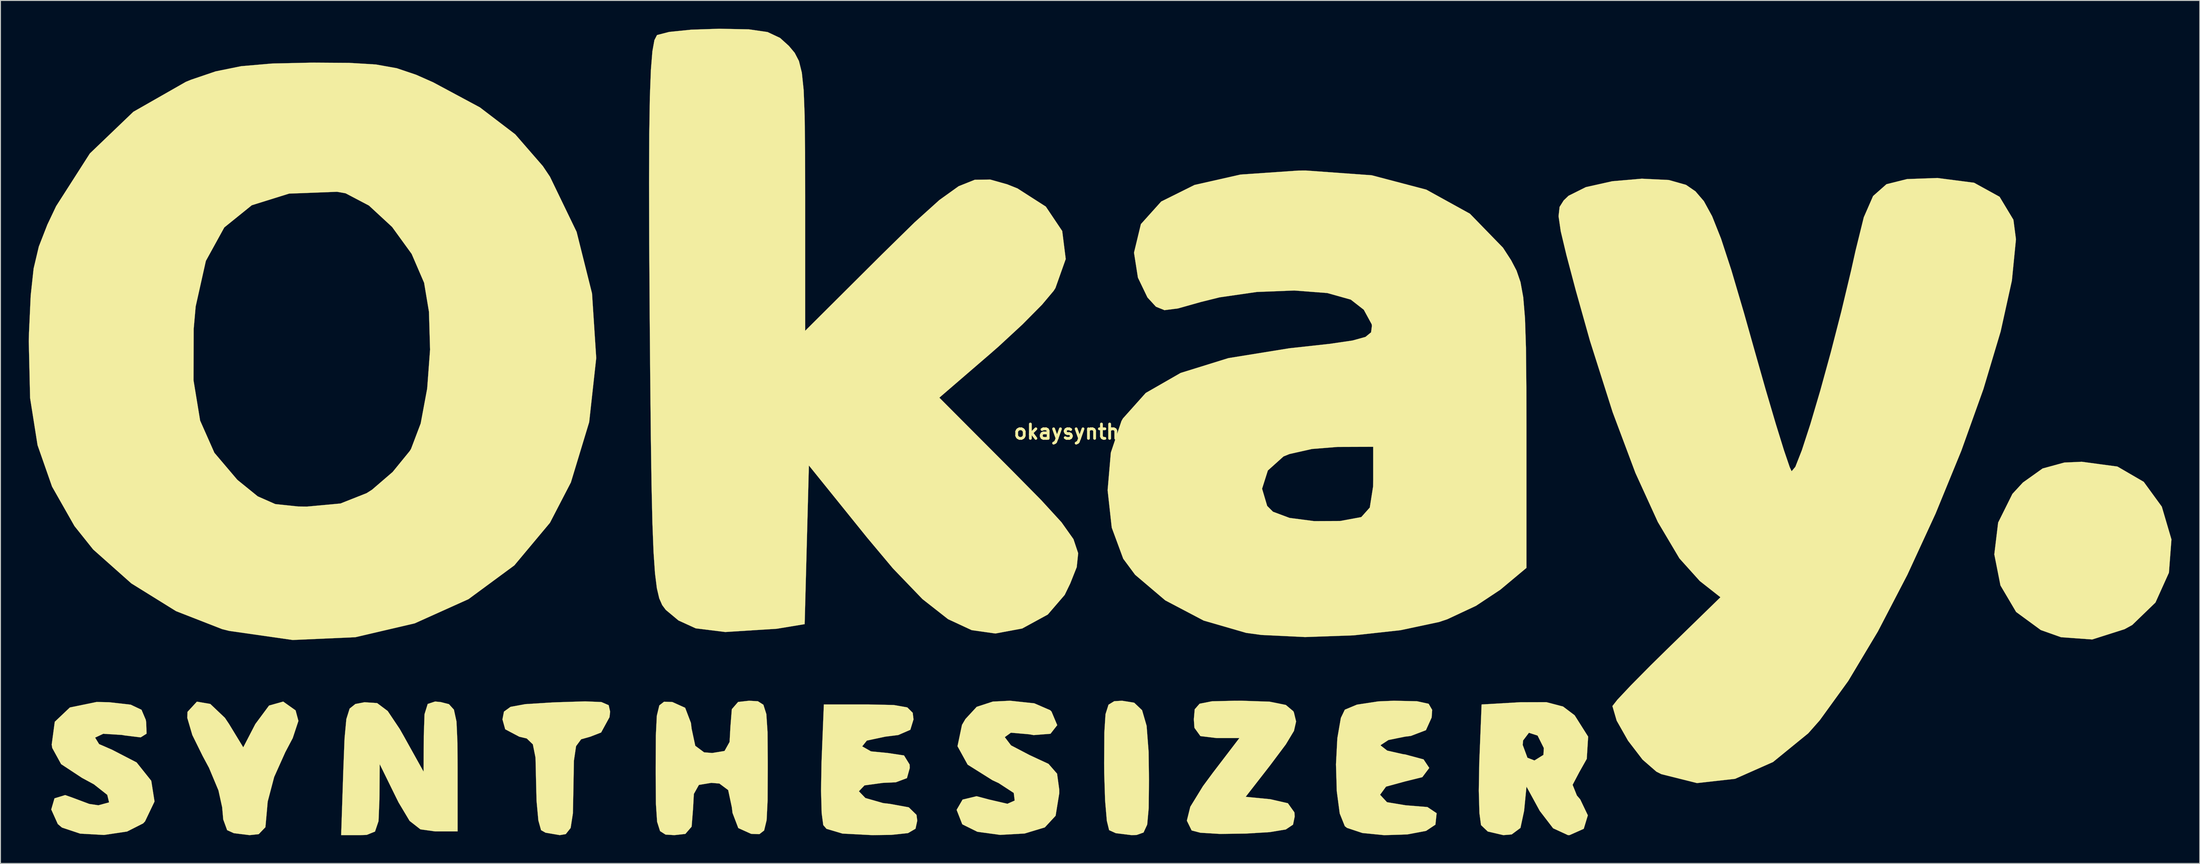
<source format=kicad_pcb>
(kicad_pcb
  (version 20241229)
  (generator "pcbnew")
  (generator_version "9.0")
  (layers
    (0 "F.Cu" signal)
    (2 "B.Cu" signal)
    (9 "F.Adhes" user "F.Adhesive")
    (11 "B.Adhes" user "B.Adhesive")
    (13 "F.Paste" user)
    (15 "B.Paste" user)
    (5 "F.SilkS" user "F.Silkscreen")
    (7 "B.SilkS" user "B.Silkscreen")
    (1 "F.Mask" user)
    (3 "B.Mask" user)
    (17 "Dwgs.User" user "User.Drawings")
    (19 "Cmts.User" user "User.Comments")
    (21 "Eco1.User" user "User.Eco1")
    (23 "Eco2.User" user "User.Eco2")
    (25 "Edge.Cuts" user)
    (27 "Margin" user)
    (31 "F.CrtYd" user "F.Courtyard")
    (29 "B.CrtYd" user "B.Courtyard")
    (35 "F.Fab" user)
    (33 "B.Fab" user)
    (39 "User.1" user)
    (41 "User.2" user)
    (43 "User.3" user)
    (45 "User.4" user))
  (footprint "okaysynthlogo2"
    (layer "F.Cu")
    (at 113.41 42.855)
    (property "Reference" "okaysynthlogo2" (at 0 0 0) (layer "F.SilkS") (effects (font (size 1.524 1.524) (thickness 0.3))))
    (attr through_hole)
    (fp_poly (pts (xy 108.403 3.685) (xy 111.195 5.31) (xy 113.114 7.946) (xy 114.138 11.428) (xy 113.87 14.968) (xy 112.44 18.141) (xy 109.975 20.524) (xy 109.158 20.973) (xy 105.724 22.065) (xy 102.415 21.827) (xy 100.262 21.063) (xy 97.64 19.139) (xy 95.978 16.322) (xy 95.325 13.02) (xy 95.732 9.64) (xy 97.247 6.59) (xy 98.359 5.384) (xy 100.454 3.889) (xy 102.756 3.259) (xy 104.611 3.175) (xy 108.403 3.685)) (stroke (width 0.01) (type solid)) (fill yes) (layer "F.SilkS"))
    (fp_poly (pts (xy 3.984 28.783) (xy 4.825 29.583) (xy 5.306 31.239) (xy 5.519 34.017) (xy 5.556 36.974) (xy 5.527 39.984) (xy 5.369 41.743) (xy 4.978 42.585) (xy 4.247 42.845) (xy 3.704 42.862) (xy 2.037 42.657) (xy 1.323 42.333) (xy 1.08 41.345) (xy 0.895 39.178) (xy 0.8 36.24) (xy 0.794 35.19) (xy 0.815 31.96) (xy 0.939 30.002) (xy 1.258 28.996) (xy 1.862 28.626) (xy 2.693 28.575) (xy 3.984 28.783)) (stroke (width 0.01) (type solid)) (fill yes) (layer "F.SilkS"))
    (fp_poly (pts (xy -85.069 29.6) (xy -84.768 30.721) (xy -85.371 32.546) (xy -86.162 34.046) (xy -87.343 36.681) (xy -88.032 39.3) (xy -88.106 40.165) (xy -88.273 42.017) (xy -88.984 42.758) (xy -89.958 42.862) (xy -91.625 42.657) (xy -92.34 42.333) (xy -92.753 41.202) (xy -92.869 39.895) (xy -93.264 38.102) (xy -94.267 35.704) (xy -94.934 34.461) (xy -96.037 32.223) (xy -96.573 30.398) (xy -96.547 29.756) (xy -95.552 28.674) (xy -94.128 28.916) (xy -92.573 30.394) (xy -92.133 31.052) (xy -90.627 33.528) (xy -89.346 31.052) (xy -87.89 29.088) (xy -86.387 28.665) (xy -85.069 29.6)) (stroke (width 0.01) (type solid)) (fill yes) (layer "F.SilkS"))
    (fp_poly (pts (xy -52.595 28.715) (xy -51.821 29.049) (xy -51.666 29.737) (xy -51.732 30.325) (xy -52.622 31.953) (xy -53.777 32.401) (xy -54.746 32.675) (xy -55.283 33.403) (xy -55.513 34.959) (xy -55.562 37.722) (xy -55.562 37.758) (xy -55.62 40.549) (xy -55.859 42.1) (xy -56.377 42.753) (xy -57.018 42.862) (xy -58.527 42.603) (xy -59.002 42.333) (xy -59.289 41.308) (xy -59.482 39.21) (xy -59.531 37.229) (xy -59.592 34.628) (xy -59.874 33.213) (xy -60.524 32.588) (xy -61.317 32.401) (xy -62.81 31.612) (xy -63.103 30.559) (xy -62.943 29.732) (xy -62.243 29.225) (xy -60.673 28.937) (xy -57.902 28.763) (xy -57.289 28.737) (xy -54.31 28.642) (xy -52.595 28.715)) (stroke (width 0.01) (type solid)) (fill yes) (layer "F.SilkS"))
    (fp_poly (pts (xy -69.652 28.718) (xy -68.785 28.94) (xy -68.256 29.522) (xy -67.981 30.788) (xy -67.879 33.064) (xy -67.866 35.719) (xy -67.866 42.466) (xy -70.247 42.466) (xy -71.812 42.249) (xy -72.963 41.35) (xy -74.131 39.396) (xy -74.381 38.894) (xy -76.135 35.322) (xy -76.167 39.092) (xy -76.26 41.373) (xy -76.635 42.483) (xy -77.52 42.838) (xy -78.215 42.862) (xy -80.231 42.862) (xy -80.001 35.917) (xy -79.871 32.588) (xy -79.681 30.526) (xy -79.332 29.411) (xy -78.721 28.921) (xy -77.75 28.736) (xy -77.743 28.736) (xy -76.411 28.826) (xy -75.288 29.668) (xy -74.01 31.577) (xy -73.595 32.307) (xy -71.476 36.116) (xy -71.457 32.29) (xy -71.377 30) (xy -71.04 28.917) (xy -70.254 28.659) (xy -69.652 28.718)) (stroke (width 0.01) (type solid)) (fill yes) (layer "F.SilkS"))
    (fp_poly (pts (xy 18.367 28.675) (xy 20.089 29.023) (xy 20.888 29.694) (xy 20.952 29.837) (xy 21.181 30.781) (xy 20.954 31.782) (xy 20.094 33.212) (xy 18.427 35.441) (xy 18.098 35.865) (xy 15.824 38.789) (xy 18.429 39.04) (xy 20.308 39.471) (xy 21.001 40.441) (xy 21.034 40.878) (xy 20.856 41.746) (xy 20.088 42.26) (xy 18.385 42.543) (xy 15.841 42.697) (xy 13.098 42.735) (xy 11.016 42.609) (xy 10.087 42.366) (xy 9.577 41.324) (xy 9.942 39.847) (xy 11.284 37.659) (xy 12.339 36.23) (xy 15.154 32.544) (xy 12.736 32.544) (xy 11.018 32.338) (xy 10.382 31.457) (xy 10.319 30.559) (xy 10.411 29.486) (xy 10.93 28.892) (xy 12.236 28.635) (xy 14.692 28.576) (xy 15.393 28.575) (xy 18.367 28.675)) (stroke (width 0.01) (type solid)) (fill yes) (layer "F.SilkS"))
    (fp_poly (pts (xy -21.549 29.03) (xy -20.112 29.284) (xy -19.534 29.856) (xy -19.447 30.559) (xy -19.786 31.665) (xy -21.07 32.223) (xy -22.44 32.394) (xy -24.404 32.812) (xy -24.898 33.427) (xy -23.965 33.958) (xy -22.178 34.131) (xy -20.456 34.392) (xy -19.863 35.355) (xy -19.844 35.719) (xy -20.146 36.803) (xy -21.334 37.248) (xy -22.688 37.306) (xy -24.655 37.574) (xy -25.249 38.2) (xy -24.558 38.917) (xy -22.667 39.457) (xy -21.965 39.537) (xy -19.952 39.905) (xy -19.132 40.704) (xy -19.05 41.323) (xy -19.236 42.183) (xy -20.035 42.648) (xy -21.806 42.835) (xy -23.837 42.862) (xy -26.99 42.699) (xy -28.691 42.193) (xy -29.034 41.796) (xy -29.204 40.518) (xy -29.27 38.144) (xy -29.22 35.164) (xy -29.208 34.851) (xy -28.972 28.972) (xy -24.209 28.972) (xy -21.549 29.03)) (stroke (width 0.01) (type solid)) (fill yes) (layer "F.SilkS"))
    (fp_poly (pts (xy -6.618 28.851) (xy -4.939 29.581) (xy -4.791 29.731) (xy -4.186 31.173) (xy -4.902 32.088) (xy -6.697 32.229) (xy -7.144 32.147) (xy -9.107 31.974) (xy -9.756 32.446) (xy -9.093 33.32) (xy -7.122 34.353) (xy -5.112 35.287) (xy -4.203 36.33) (xy -3.971 38.029) (xy -3.969 38.405) (xy -4.358 40.803) (xy -5.504 42.041) (xy -7.65 42.69) (xy -10.255 42.836) (xy -12.667 42.507) (xy -14.236 41.73) (xy -14.287 41.672) (xy -14.873 40.175) (xy -14.239 39.082) (xy -12.75 38.724) (xy -11.428 39.075) (xy -9.481 39.528) (xy -8.706 39.186) (xy -8.805 38.377) (xy -10.411 37.33) (xy -11.067 37.025) (xy -13.701 35.37) (xy -14.779 33.411) (xy -14.303 31.143) (xy -13.938 30.521) (xy -12.739 29.223) (xy -11.025 28.664) (xy -9.207 28.575) (xy -6.618 28.851)) (stroke (width 0.01) (type solid)) (fill yes) (layer "F.SilkS"))
    (fp_poly (pts (xy -104.877 28.734) (xy -102.583 28.993) (xy -101.431 29.538) (xy -100.976 30.61) (xy -100.936 30.859) (xy -100.893 32.077) (xy -101.522 32.473) (xy -103.236 32.264) (xy -103.516 32.212) (xy -105.497 32.09) (xy -106.359 32.496) (xy -105.935 33.186) (xy -104.577 33.775) (xy -101.952 35.133) (xy -100.395 37.084) (xy -100.048 39.287) (xy -101.057 41.4) (xy -101.26 41.615) (xy -102.965 42.479) (xy -105.415 42.844) (xy -107.942 42.704) (xy -109.883 42.056) (xy -110.323 41.682) (xy -111.02 40.134) (xy -110.674 38.95) (xy -109.538 38.602) (xy -108.808 38.86) (xy -106.984 39.544) (xy -106.018 39.688) (xy -104.877 39.381) (xy -105.07 38.58) (xy -106.49 37.461) (xy -107.752 36.776) (xy -109.969 35.316) (xy -110.912 33.601) (xy -110.97 33.239) (xy -110.645 30.813) (xy -109.04 29.291) (xy -106.199 28.707) (xy -104.877 28.734)) (stroke (width 0.01) (type solid)) (fill yes) (layer "F.SilkS"))
    (fp_poly (pts (xy 34.021 28.629) (xy 35.254 28.899) (xy 35.631 29.548) (xy 35.576 30.361) (xy 34.967 31.708) (xy 33.364 32.319) (xy 32.742 32.396) (xy 30.985 32.752) (xy 30.17 33.285) (xy 30.163 33.337) (xy 30.858 33.877) (xy 32.55 34.259) (xy 32.742 34.279) (xy 34.717 34.811) (xy 35.322 35.719) (xy 34.584 36.701) (xy 32.742 37.158) (xy 30.731 37.707) (xy 30.098 38.571) (xy 30.834 39.361) (xy 32.808 39.688) (xy 35.126 39.875) (xy 36.104 40.531) (xy 35.976 41.749) (xy 34.98 42.412) (xy 32.982 42.788) (xy 30.543 42.866) (xy 28.224 42.638) (xy 26.587 42.094) (xy 26.352 41.91) (xy 25.811 40.56) (xy 25.498 38.186) (xy 25.414 35.337) (xy 25.558 32.56) (xy 25.931 30.402) (xy 26.352 29.527) (xy 27.643 28.989) (xy 29.914 28.644) (xy 31.567 28.575) (xy 34.021 28.629)) (stroke (width 0.01) (type solid)) (fill yes) (layer "F.SilkS"))
    (fp_poly (pts (xy 49.53 29.192) (xy 50.76 30.122) (xy 52.195 32.391) (xy 52.047 34.759) (xy 51.257 36.162) (xy 50.544 37.515) (xy 50.999 38.649) (xy 51.354 39.063) (xy 52.162 40.755) (xy 51.728 42.19) (xy 50.227 42.858) (xy 50.052 42.862) (xy 48.473 42.135) (xy 47.052 40.283) (xy 45.645 37.703) (xy 45.394 40.283) (xy 45.007 42.095) (xy 44.074 42.789) (xy 43.184 42.862) (xy 41.534 42.478) (xy 40.816 41.796) (xy 40.646 40.518) (xy 40.58 38.144) (xy 40.63 35.164) (xy 40.642 34.851) (xy 40.706 33.271) (xy 45.244 33.271) (xy 45.748 34.636) (xy 46.493 34.925) (xy 47.446 34.33) (xy 47.485 33.602) (xy 46.822 32.279) (xy 45.905 31.983) (xy 45.288 32.797) (xy 45.244 33.271) (xy 40.706 33.271) (xy 40.878 28.972) (xy 45.005 28.733) (xy 47.755 28.726) (xy 49.53 29.192)) (stroke (width 0.01) (type solid)) (fill yes) (layer "F.SilkS"))
    (fp_poly (pts (xy -35.973 28.631) (xy -35.39 29.003) (xy -35.077 29.994) (xy -34.95 31.909) (xy -34.925 35.053) (xy -34.925 35.774) (xy -34.943 39.169) (xy -35.047 41.269) (xy -35.312 42.368) (xy -35.815 42.757) (xy -36.629 42.731) (xy -36.711 42.719) (xy -38.058 42.111) (xy -38.669 40.508) (xy -38.746 39.886) (xy -39.133 38.072) (xy -40.067 37.377) (xy -40.928 37.306) (xy -42.238 37.523) (xy -42.774 38.483) (xy -42.862 40.084) (xy -43.011 41.963) (xy -43.678 42.732) (xy -44.847 42.862) (xy -45.783 42.806) (xy -46.366 42.435) (xy -46.679 41.444) (xy -46.806 39.528) (xy -46.831 36.385) (xy -46.831 35.664) (xy -46.813 32.269) (xy -46.709 30.168) (xy -46.444 29.07) (xy -45.942 28.68) (xy -45.127 28.707) (xy -45.045 28.718) (xy -43.699 29.326) (xy -43.087 30.929) (xy -43.011 31.552) (xy -42.623 33.366) (xy -41.689 34.06) (xy -40.828 34.131) (xy -39.518 33.914) (xy -38.982 32.955) (xy -38.894 31.353) (xy -38.745 29.474) (xy -38.078 28.705) (xy -36.909 28.575) (xy -35.973 28.631)) (stroke (width 0.01) (type solid)) (fill yes) (layer "F.SilkS"))
    (fp_poly (pts (xy 93.179 -26.482) (xy 95.886 -24.99) (xy 97.356 -22.548) (xy 97.626 -20.475) (xy 97.194 -16.081) (xy 96 -10.67) (xy 94.167 -4.54) (xy 91.822 2.012) (xy 89.089 8.688) (xy 86.095 15.188) (xy 82.963 21.215) (xy 79.819 26.471) (xy 76.788 30.658) (xy 75.566 32.041) (xy 71.827 35.091) (xy 67.799 36.877) (xy 63.754 37.33) (xy 59.966 36.381) (xy 59.437 36.113) (xy 57.972 34.837) (xy 56.428 32.824) (xy 55.222 30.695) (xy 54.769 29.142) (xy 55.301 28.462) (xy 56.736 26.935) (xy 58.833 24.814) (xy 60.505 23.168) (xy 66.241 17.577) (xy 64.048 15.852) (xy 61.887 13.448) (xy 59.593 9.58) (xy 57.212 4.362) (xy 54.794 -2.094) (xy 52.387 -9.675) (xy 50.875 -15.059) (xy 49.884 -18.804) (xy 49.283 -21.323) (xy 49.05 -22.925) (xy 49.161 -23.915) (xy 49.592 -24.6) (xy 50.107 -25.095) (xy 51.952 -26.017) (xy 54.752 -26.642) (xy 57.894 -26.913) (xy 60.764 -26.773) (xy 62.587 -26.258) (xy 63.588 -25.57) (xy 64.484 -24.527) (xy 65.361 -22.921) (xy 66.307 -20.542) (xy 67.406 -17.182) (xy 68.746 -12.634) (xy 69.845 -8.731) (xy 71.037 -4.527) (xy 72.117 -0.863) (xy 73 1.988) (xy 73.602 3.753) (xy 73.8 4.184) (xy 74.196 3.715) (xy 74.885 1.958) (xy 75.792 -0.828) (xy 76.843 -4.388) (xy 77.964 -8.465) (xy 79.08 -12.801) (xy 80.116 -17.139) (xy 80.59 -19.265) (xy 81.464 -22.81) (xy 82.451 -25.069) (xy 83.873 -26.326) (xy 86.052 -26.871) (xy 89.281 -26.988) (xy 93.179 -26.482)) (stroke (width 0.01) (type solid)) (fill yes) (layer "F.SilkS"))
    (fp_poly (pts (xy -36.929 -42.786) (xy -34.949 -42.5) (xy -33.619 -41.874) (xy -32.682 -41.025) (xy -32.065 -40.288) (xy -31.615 -39.421) (xy -31.307 -38.181) (xy -31.113 -36.319) (xy -31.008 -33.591) (xy -30.964 -29.751) (xy -30.956 -24.966) (xy -30.956 -10.744) (xy -22.807 -18.866) (xy -19.337 -22.27) (xy -16.705 -24.644) (xy -14.658 -26.113) (xy -12.943 -26.798) (xy -11.307 -26.823) (xy -9.496 -26.313) (xy -8.413 -25.881) (xy -5.398 -23.946) (xy -3.656 -21.351) (xy -3.283 -18.372) (xy -4.378 -15.286) (xy -4.569 -14.987) (xy -5.802 -13.519) (xy -7.879 -11.42) (xy -10.422 -9.067) (xy -11.329 -8.273) (xy -16.705 -3.637) (xy -9.061 4.036) (xy -5.895 7.244) (xy -3.734 9.606) (xy -2.463 11.399) (xy -1.962 12.897) (xy -2.115 14.377) (xy -2.804 16.114) (xy -3.395 17.332) (xy -5.188 19.415) (xy -7.907 20.9) (xy -10.755 21.431) (xy -13.269 21.075) (xy -15.784 19.906) (xy -18.504 17.77) (xy -21.635 14.513) (xy -24.385 11.231) (xy -30.559 3.572) (xy -30.784 12.005) (xy -31.008 20.438) (xy -33.959 20.926) (xy -39.444 21.273) (xy -42.581 20.882) (xy -44.411 20.045) (xy -45.756 18.923) (xy -46.139 18.411) (xy -46.452 17.697) (xy -46.704 16.624) (xy -46.903 15.032) (xy -47.058 12.765) (xy -47.178 9.662) (xy -47.272 5.566) (xy -47.347 0.319) (xy -47.414 -6.239) (xy -47.464 -12.117) (xy -47.517 -20.034) (xy -47.534 -26.497) (xy -47.513 -31.638) (xy -47.449 -35.59) (xy -47.338 -38.486) (xy -47.179 -40.458) (xy -46.966 -41.641) (xy -46.697 -42.166) (xy -46.67 -42.185) (xy -45.399 -42.513) (xy -43.045 -42.752) (xy -40.109 -42.85) (xy -40.024 -42.85) (xy -36.929 -42.786)) (stroke (width 0.01) (type solid)) (fill yes) (layer "F.SilkS"))
    (fp_poly (pts (xy -79.393 -39.224) (xy -76.55 -39.053) (xy -74.336 -38.658) (xy -72.274 -37.962) (xy -70.457 -37.156) (xy -65.497 -34.493) (xy -61.743 -31.627) (xy -58.814 -28.254) (xy -58.057 -27.125) (xy -55.226 -21.262) (xy -53.588 -14.716) (xy -53.143 -7.853) (xy -53.891 -1.036) (xy -55.833 5.371) (xy -58.057 9.663) (xy -61.84 14.191) (xy -66.71 17.781) (xy -72.421 20.353) (xy -78.727 21.826) (xy -85.378 22.12) (xy -92.127 21.154) (xy -92.869 20.967) (xy -97.766 19.055) (xy -102.514 16.105) (xy -106.568 12.498) (xy -108.552 10.012) (xy -110.934 5.815) (xy -112.472 1.415) (xy -113.264 -3.598) (xy -113.308 -5.493) (xy -95.91 -5.493) (xy -95.206 -1.2) (xy -93.691 2.222) (xy -91.28 5.065) (xy -91.175 5.16) (xy -89.089 6.851) (xy -87.226 7.674) (xy -84.805 7.928) (xy -83.856 7.938) (xy -80.306 7.612) (xy -77.536 6.516) (xy -76.956 6.149) (xy -74.764 4.261) (xy -72.95 2.036) (xy -72.81 1.807) (xy -71.785 -0.899) (xy -71.096 -4.603) (xy -70.789 -8.745) (xy -70.907 -12.764) (xy -71.422 -15.846) (xy -72.746 -18.918) (xy -74.822 -21.782) (xy -77.281 -24.056) (xy -79.759 -25.358) (xy -80.671 -25.52) (xy -85.76 -25.325) (xy -89.722 -24.088) (xy -92.64 -21.73) (xy -94.598 -18.171) (xy -95.68 -13.331) (xy -95.89 -10.947) (xy -95.91 -5.493) (xy -113.308 -5.493) (xy -113.405 -9.634) (xy -113.379 -10.589) (xy -113.199 -14.508) (xy -112.89 -17.368) (xy -112.339 -19.699) (xy -111.432 -22.029) (xy -110.501 -23.991) (xy -106.919 -29.593) (xy -102.3 -34.023) (xy -96.724 -37.206) (xy -96.161 -37.436) (xy -93.559 -38.32) (xy -90.859 -38.869) (xy -87.561 -39.155) (xy -83.344 -39.248) (xy -79.393 -39.224)) (stroke (width 0.01) (type solid)) (fill yes) (layer "F.SilkS"))
    (fp_poly (pts (xy 29.211 -27.276) (xy 35.003 -25.751) (xy 39.638 -23.191) (xy 43.15 -19.578) (xy 44.015 -18.245) (xy 44.589 -17.146) (xy 45.01 -15.921) (xy 45.302 -14.316) (xy 45.488 -12.077) (xy 45.59 -8.95) (xy 45.633 -4.683) (xy 45.641 -0.51) (xy 45.641 14.458) (xy 42.862 16.781) (xy 40.286 18.488) (xy 37.248 19.911) (xy 36.37 20.208) (xy 32.262 21.081) (xy 27.285 21.628) (xy 22.128 21.809) (xy 17.485 21.585) (xy 15.875 21.365) (xy 11.364 20.057) (xy 7.284 17.909) (xy 4.083 15.189) (xy 2.821 13.484) (xy 1.602 10.18) (xy 1.163 6.198) (xy 1.177 6.041) (xy 17.568 6.041) (xy 18.11 7.87) (xy 18.729 8.488) (xy 20.481 9.142) (xy 23.091 9.483) (xy 25.852 9.471) (xy 28.058 9.064) (xy 28.113 9.043) (xy 29.004 8.042) (xy 29.356 5.798) (xy 29.369 5.074) (xy 29.369 1.587) (xy 25.598 1.599) (xy 22.863 1.818) (xy 20.476 2.355) (xy 19.844 2.611) (xy 18.181 4.104) (xy 17.568 6.041) (xy 1.177 6.041) (xy 1.505 2.201) (xy 2.629 -1.147) (xy 2.787 -1.425) (xy 5.21 -4.137) (xy 8.917 -6.266) (xy 13.982 -7.84) (xy 20.478 -8.891) (xy 21.021 -8.949) (xy 24.753 -9.359) (xy 27.172 -9.713) (xy 28.546 -10.094) (xy 29.142 -10.583) (xy 29.228 -11.261) (xy 29.206 -11.44) (xy 28.366 -12.982) (xy 26.988 -14.057) (xy 24.49 -14.758) (xy 20.988 -15.026) (xy 17.003 -14.87) (xy 13.058 -14.3) (xy 11.091 -13.811) (xy 8.635 -13.12) (xy 7.202 -12.937) (xy 6.295 -13.304) (xy 5.417 -14.262) (xy 5.39 -14.295) (xy 4.382 -16.391) (xy 3.969 -19.025) (xy 3.969 -19.067) (xy 4.697 -22.085) (xy 6.853 -24.485) (xy 10.394 -26.248) (xy 15.275 -27.352) (xy 21.454 -27.777) (xy 22.225 -27.781) (xy 29.211 -27.276)) (stroke (width 0.01) (type solid)) (fill yes) (layer "F.SilkS")))
  (gr_rect
    (start -3 -3)
    (end 230.553 88.726)
    (stroke (width 0.1) (type default))
    (fill no)
    (layer "Edge.Cuts")))
</source>
